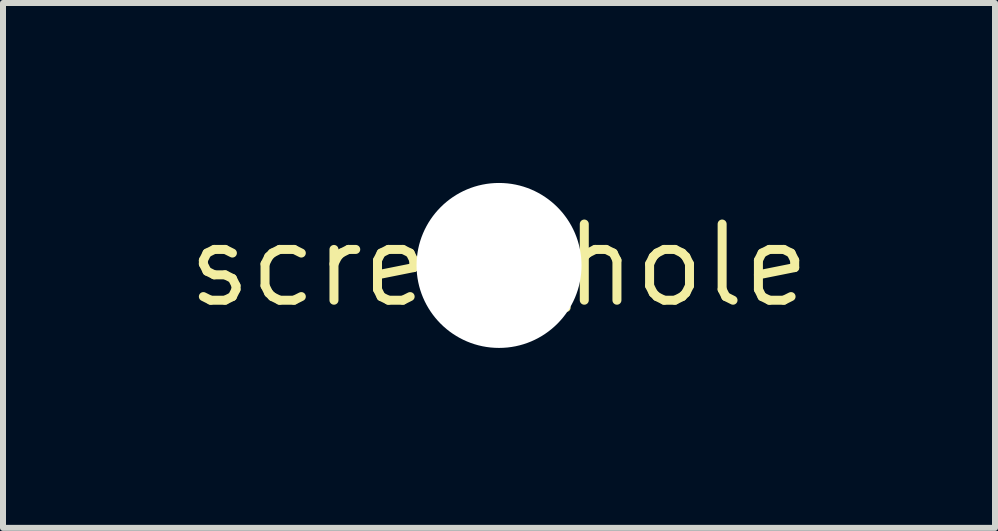
<source format=kicad_pcb>
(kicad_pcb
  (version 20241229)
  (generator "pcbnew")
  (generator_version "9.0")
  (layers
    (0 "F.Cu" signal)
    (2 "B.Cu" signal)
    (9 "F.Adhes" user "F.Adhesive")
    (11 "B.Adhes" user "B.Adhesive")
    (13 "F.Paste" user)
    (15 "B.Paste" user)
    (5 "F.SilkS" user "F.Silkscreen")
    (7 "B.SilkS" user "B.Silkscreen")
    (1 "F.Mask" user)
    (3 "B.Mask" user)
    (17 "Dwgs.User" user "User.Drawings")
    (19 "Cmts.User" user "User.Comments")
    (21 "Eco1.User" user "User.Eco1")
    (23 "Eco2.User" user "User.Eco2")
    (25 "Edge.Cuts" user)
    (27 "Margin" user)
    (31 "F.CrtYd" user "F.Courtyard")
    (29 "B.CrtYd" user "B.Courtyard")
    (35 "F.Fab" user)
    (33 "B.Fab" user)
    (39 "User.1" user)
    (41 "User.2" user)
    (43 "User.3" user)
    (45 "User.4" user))
  (footprint "screw_hole"
    (layer "F.Cu")
    (at 5.269 1.375)
    (property "Reference" "screw_hole" (at 0 0 0) (layer "F.SilkS") (effects (font (size 1.27 1.27) (thickness 0.15))))
    (pad "" np_thru_hole circle (at 0 0) (size 2.75 2.75) (drill 2.75) (layers "*.Cu" "*.Mask")))
  (gr_rect
    (start -3 -3)
    (end 13.537 5.75)
    (stroke (width 0.1) (type default))
    (fill no)
    (layer "Edge.Cuts")))
</source>
